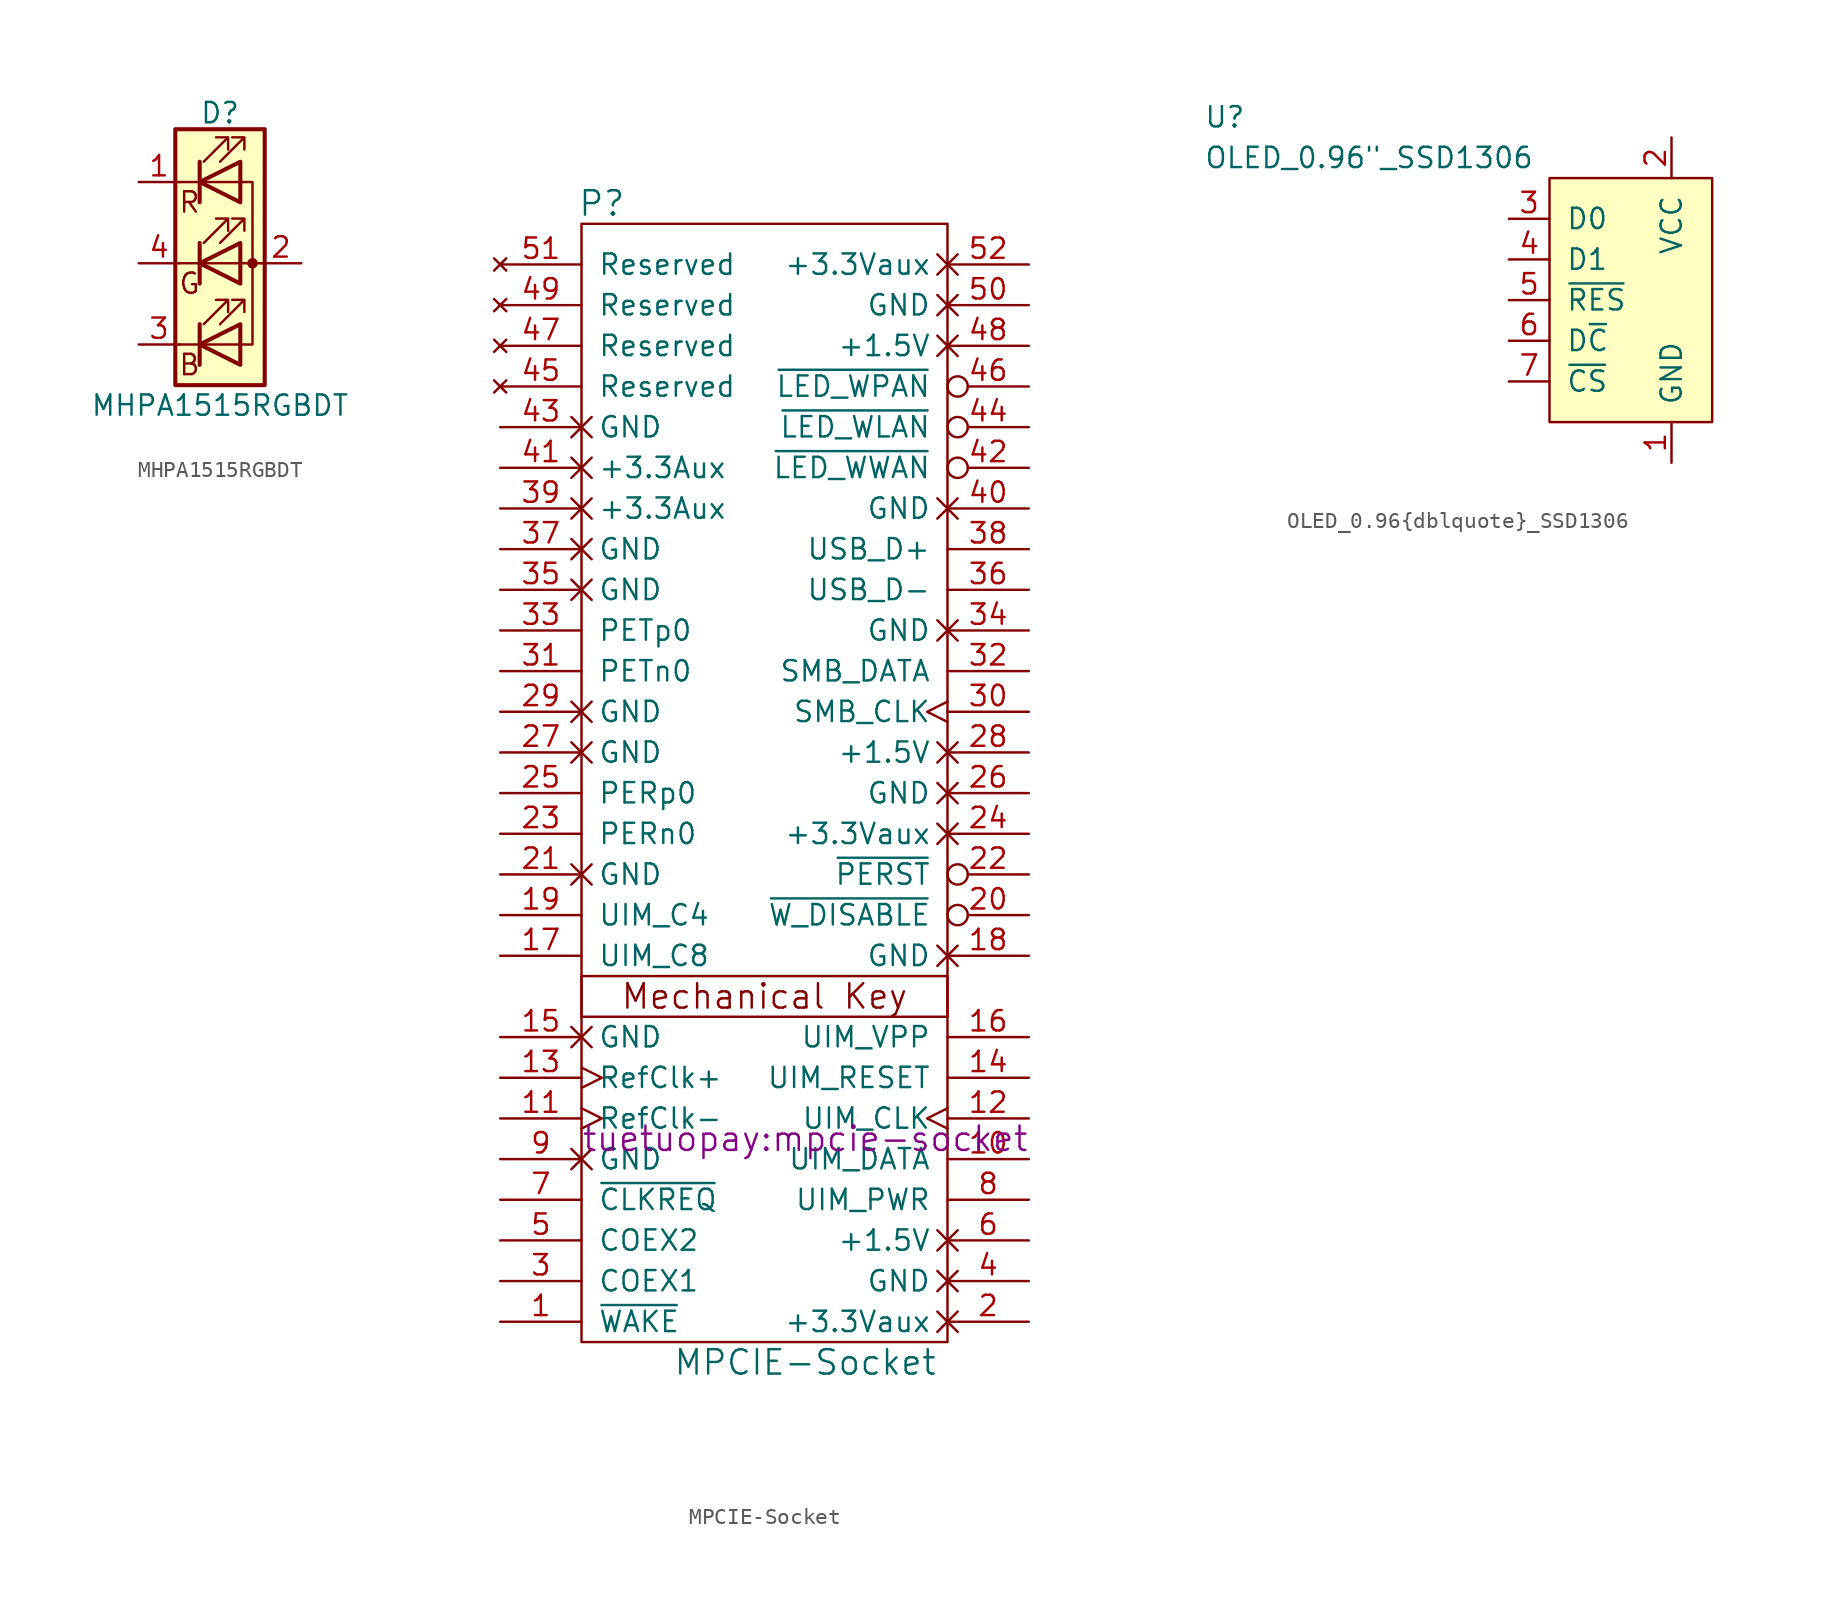
<source format=kicad_sym>
(kicad_symbol_lib
  (version 20211014)
  (generator kicad_symbol_editor)
  (symbol "MHPA1515RGBDT"
    (pin_names
      (offset 0) hide)
    (property "Reference" "D"
      (at 0 9.398 0)
      (effects (font (size 1.27 1.27))))
    (property "Value" "MHPA1515RGBDT"
      (at 0 -8.89 0)
      (effects (font (size 1.27 1.27))))
    (symbol "MHPA1515RGBDT_0_0"
      (text "B" (at -1.905 -6.35 0) (effects (font (size 1.27 1.27))))
      (text "G" (at -1.905 -1.27 0) (effects (font (size 1.27 1.27))))
      (text "R" (at -1.905 3.81 0) (effects (font (size 1.27 1.27)))))
    (symbol "MHPA1515RGBDT_0_1"
      (polyline (pts (xy -1.27 -5.08) (xy -2.54 -5.08)) (stroke (width 0) (type default) (color 0 0 0 0)) (fill (type none)))
      (polyline (pts (xy -1.27 -5.08) (xy 1.27 -5.08)) (stroke (width 0) (type default) (color 0 0 0 0)) (fill (type none)))
      (polyline (pts (xy -1.27 -3.81) (xy -1.27 -6.35)) (stroke (width 0.254) (type default) (color 0 0 0 0)) (fill (type none)))
      (polyline (pts (xy -1.27 0) (xy -2.54 0)) (stroke (width 0) (type default) (color 0 0 0 0)) (fill (type none)))
      (polyline (pts (xy -1.27 1.27) (xy -1.27 -1.27)) (stroke (width 0.254) (type default) (color 0 0 0 0)) (fill (type none)))
      (polyline (pts (xy -1.27 5.08) (xy -2.54 5.08)) (stroke (width 0) (type default) (color 0 0 0 0)) (fill (type none)))
      (polyline (pts (xy -1.27 5.08) (xy 1.27 5.08)) (stroke (width 0) (type default) (color 0 0 0 0)) (fill (type none)))
      (polyline (pts (xy -1.27 6.35) (xy -1.27 3.81)) (stroke (width 0.254) (type default) (color 0 0 0 0)) (fill (type none)))
      (polyline (pts (xy 1.27 0) (xy -1.27 0)) (stroke (width 0) (type default) (color 0 0 0 0)) (fill (type none)))
      (polyline (pts (xy 1.27 0) (xy 2.54 0)) (stroke (width 0) (type default) (color 0 0 0 0)) (fill (type none)))
      (polyline (pts (xy -1.27 1.27) (xy -1.27 -1.27) (xy -1.27 -1.27)) (stroke (width 0) (type default) (color 0 0 0 0)) (fill (type none)))
      (polyline (pts (xy -1.27 6.35) (xy -1.27 3.81) (xy -1.27 3.81)) (stroke (width 0) (type default) (color 0 0 0 0)) (fill (type none)))
      (polyline (pts (xy 1.27 -5.08) (xy 2.032 -5.08) (xy 2.032 5.08) (xy 1.27 5.08)) (stroke (width 0) (type default) (color 0 0 0 0)) (fill (type none)))
      (polyline (pts (xy 1.27 -3.81) (xy 1.27 -6.35) (xy -1.27 -5.08) (xy 1.27 -3.81)) (stroke (width 0.254) (type default) (color 0 0 0 0)) (fill (type none)))
      (polyline (pts (xy 1.27 1.27) (xy 1.27 -1.27) (xy -1.27 0) (xy 1.27 1.27)) (stroke (width 0.254) (type default) (color 0 0 0 0)) (fill (type none)))
      (polyline (pts (xy 1.27 6.35) (xy 1.27 3.81) (xy -1.27 5.08) (xy 1.27 6.35)) (stroke (width 0.254) (type default) (color 0 0 0 0)) (fill (type none)))
      (polyline (pts (xy -1.016 -3.81) (xy 0.508 -2.286) (xy -0.254 -2.286) (xy 0.508 -2.286) (xy 0.508 -3.048)) (stroke (width 0) (type default) (color 0 0 0 0)) (fill (type none)))
      (polyline (pts (xy -1.016 1.27) (xy 0.508 2.794) (xy -0.254 2.794) (xy 0.508 2.794) (xy 0.508 2.032)) (stroke (width 0) (type default) (color 0 0 0 0)) (fill (type none)))
      (polyline (pts (xy -1.016 6.35) (xy 0.508 7.874) (xy -0.254 7.874) (xy 0.508 7.874) (xy 0.508 7.112)) (stroke (width 0) (type default) (color 0 0 0 0)) (fill (type none)))
      (polyline (pts (xy 0 -3.81) (xy 1.524 -2.286) (xy 0.762 -2.286) (xy 1.524 -2.286) (xy 1.524 -3.048)) (stroke (width 0) (type default) (color 0 0 0 0)) (fill (type none)))
      (polyline (pts (xy 0 1.27) (xy 1.524 2.794) (xy 0.762 2.794) (xy 1.524 2.794) (xy 1.524 2.032)) (stroke (width 0) (type default) (color 0 0 0 0)) (fill (type none)))
      (polyline (pts (xy 0 6.35) (xy 1.524 7.874) (xy 0.762 7.874) (xy 1.524 7.874) (xy 1.524 7.112)) (stroke (width 0) (type default) (color 0 0 0 0)) (fill (type none)))
      (rectangle (start 1.27 -1.27) (end 1.27 1.27) (stroke (width 0) (type default) (color 0 0 0 0)) (fill (type none)))
      (rectangle (start 1.27 1.27) (end 1.27 1.27) (stroke (width 0) (type default) (color 0 0 0 0)) (fill (type none)))
      (rectangle (start 1.27 3.81) (end 1.27 6.35) (stroke (width 0) (type default) (color 0 0 0 0)) (fill (type none)))
      (rectangle (start 1.27 6.35) (end 1.27 6.35) (stroke (width 0) (type default) (color 0 0 0 0)) (fill (type none)))
      (circle (center 2.032 0) (radius 0.254) (stroke (width 0) (type default) (color 0 0 0 0)) (fill (type outline)))
      (rectangle (start 2.794 8.382) (end -2.794 -7.62) (stroke (width 0.254) (type default) (color 0 0 0 0)) (fill (type background))))
    (symbol "MHPA1515RGBDT_1_1"
      (pin passive line (at -5.08 5.08 0) (length 2.54) (name "RK" (effects (font (size 1.27 1.27)))) (number "1" (effects (font (size 1.27 1.27)))))
      (pin passive line (at 5.08 0 180) (length 2.54) (name "A" (effects (font (size 1.27 1.27)))) (number "2" (effects (font (size 1.27 1.27)))))
      (pin passive line (at -5.08 -5.08 0) (length 2.54) (name "BK" (effects (font (size 1.27 1.27)))) (number "3" (effects (font (size 1.27 1.27)))))
      (pin passive line (at -5.08 0 0) (length 2.54) (name "GK" (effects (font (size 1.27 1.27)))) (number "4" (effects (font (size 1.27 1.27)))))))
  (symbol "MPCIE-Socket"
    (pin_names
      (offset 1.016))
    (property "Reference" "P"
      (at -10.16 33.02 0)
      (effects (font (size 1.524 1.524))))
    (property "Value" "MPCIE-Socket"
      (at 2.54 -39.37 0)
      (effects (font (size 1.524 1.524))))
    (property "Footprint" "tuetuopay:mpcie-socket"
      (at 2.54 -25.4 0)
      (effects (font (size 1.524 1.524))))
    (property "Datasheet" ""
      (at 2.54 -25.4 0)
      (effects (font (size 1.524 1.524))))
    (symbol "MPCIE-Socket_0_0"
      (text "Mechanical Key" (at 0 -16.51 0) (effects (font (size 1.524 1.524)))))
    (symbol "MPCIE-Socket_0_1"
      (rectangle (start -11.43 -38.1) (end 11.43 31.75) (stroke (width 0) (type default) (color 0 0 0 0)) (fill (type none)))
      (rectangle (start -11.43 -15.24) (end 11.43 -17.78) (stroke (width 0) (type default) (color 0 0 0 0)) (fill (type none))))
    (symbol "MPCIE-Socket_1_1"
      (pin bidirectional line (at -16.51 -36.83 0) (length 5.08) (name "~{WAKE}" (effects (font (size 1.27 1.27)))) (number "1" (effects (font (size 1.27 1.27)))))
      (pin bidirectional line (at 16.51 -26.67 180) (length 5.08) (name "UIM_DATA" (effects (font (size 1.27 1.27)))) (number "10" (effects (font (size 1.27 1.27)))))
      (pin input clock (at -16.51 -24.13 0) (length 5.08) (name "RefClk-" (effects (font (size 1.27 1.27)))) (number "11" (effects (font (size 1.27 1.27)))))
      (pin bidirectional clock (at 16.51 -24.13 180) (length 5.08) (name "UIM_CLK" (effects (font (size 1.27 1.27)))) (number "12" (effects (font (size 1.27 1.27)))))
      (pin input clock (at -16.51 -21.59 0) (length 5.08) (name "RefClk+" (effects (font (size 1.27 1.27)))) (number "13" (effects (font (size 1.27 1.27)))))
      (pin bidirectional line (at 16.51 -21.59 180) (length 5.08) (name "UIM_RESET" (effects (font (size 1.27 1.27)))) (number "14" (effects (font (size 1.27 1.27)))))
      (pin power_in non_logic (at -16.51 -19.05 0) (length 5.08) (name "GND" (effects (font (size 1.27 1.27)))) (number "15" (effects (font (size 1.27 1.27)))))
      (pin bidirectional line (at 16.51 -19.05 180) (length 5.08) (name "UIM_VPP" (effects (font (size 1.27 1.27)))) (number "16" (effects (font (size 1.27 1.27)))))
      (pin bidirectional line (at -16.51 -13.97 0) (length 5.08) (name "UIM_C8" (effects (font (size 1.27 1.27)))) (number "17" (effects (font (size 1.27 1.27)))))
      (pin power_in non_logic (at 16.51 -13.97 180) (length 5.08) (name "GND" (effects (font (size 1.27 1.27)))) (number "18" (effects (font (size 1.27 1.27)))))
      (pin bidirectional line (at -16.51 -11.43 0) (length 5.08) (name "UIM_C4" (effects (font (size 1.27 1.27)))) (number "19" (effects (font (size 1.27 1.27)))))
      (pin power_in non_logic (at 16.51 -36.83 180) (length 5.08) (name "+3.3Vaux" (effects (font (size 1.27 1.27)))) (number "2" (effects (font (size 1.27 1.27)))))
      (pin bidirectional inverted (at 16.51 -11.43 180) (length 5.08) (name "~{W_DISABLE}" (effects (font (size 1.27 1.27)))) (number "20" (effects (font (size 1.27 1.27)))))
      (pin power_in non_logic (at -16.51 -8.89 0) (length 5.08) (name "GND" (effects (font (size 1.27 1.27)))) (number "21" (effects (font (size 1.27 1.27)))))
      (pin bidirectional inverted (at 16.51 -8.89 180) (length 5.08) (name "~{PERST}" (effects (font (size 1.27 1.27)))) (number "22" (effects (font (size 1.27 1.27)))))
      (pin bidirectional line (at -16.51 -6.35 0) (length 5.08) (name "PERn0" (effects (font (size 1.27 1.27)))) (number "23" (effects (font (size 1.27 1.27)))))
      (pin power_in non_logic (at 16.51 -6.35 180) (length 5.08) (name "+3.3Vaux" (effects (font (size 1.27 1.27)))) (number "24" (effects (font (size 1.27 1.27)))))
      (pin bidirectional line (at -16.51 -3.81 0) (length 5.08) (name "PERp0" (effects (font (size 1.27 1.27)))) (number "25" (effects (font (size 1.27 1.27)))))
      (pin power_in non_logic (at 16.51 -3.81 180) (length 5.08) (name "GND" (effects (font (size 1.27 1.27)))) (number "26" (effects (font (size 1.27 1.27)))))
      (pin power_in non_logic (at -16.51 -1.27 0) (length 5.08) (name "GND" (effects (font (size 1.27 1.27)))) (number "27" (effects (font (size 1.27 1.27)))))
      (pin power_in non_logic (at 16.51 -1.27 180) (length 5.08) (name "+1.5V" (effects (font (size 1.27 1.27)))) (number "28" (effects (font (size 1.27 1.27)))))
      (pin power_in non_logic (at -16.51 1.27 0) (length 5.08) (name "GND" (effects (font (size 1.27 1.27)))) (number "29" (effects (font (size 1.27 1.27)))))
      (pin bidirectional line (at -16.51 -34.29 0) (length 5.08) (name "COEX1" (effects (font (size 1.27 1.27)))) (number "3" (effects (font (size 1.27 1.27)))))
      (pin bidirectional clock (at 16.51 1.27 180) (length 5.08) (name "SMB_CLK" (effects (font (size 1.27 1.27)))) (number "30" (effects (font (size 1.27 1.27)))))
      (pin bidirectional line (at -16.51 3.81 0) (length 5.08) (name "PETn0" (effects (font (size 1.27 1.27)))) (number "31" (effects (font (size 1.27 1.27)))))
      (pin bidirectional line (at 16.51 3.81 180) (length 5.08) (name "SMB_DATA" (effects (font (size 1.27 1.27)))) (number "32" (effects (font (size 1.27 1.27)))))
      (pin bidirectional line (at -16.51 6.35 0) (length 5.08) (name "PETp0" (effects (font (size 1.27 1.27)))) (number "33" (effects (font (size 1.27 1.27)))))
      (pin power_in non_logic (at 16.51 6.35 180) (length 5.08) (name "GND" (effects (font (size 1.27 1.27)))) (number "34" (effects (font (size 1.27 1.27)))))
      (pin power_in non_logic (at -16.51 8.89 0) (length 5.08) (name "GND" (effects (font (size 1.27 1.27)))) (number "35" (effects (font (size 1.27 1.27)))))
      (pin bidirectional line (at 16.51 8.89 180) (length 5.08) (name "USB_D-" (effects (font (size 1.27 1.27)))) (number "36" (effects (font (size 1.27 1.27)))))
      (pin power_in non_logic (at -16.51 11.43 0) (length 5.08) (name "GND" (effects (font (size 1.27 1.27)))) (number "37" (effects (font (size 1.27 1.27)))))
      (pin bidirectional line (at 16.51 11.43 180) (length 5.08) (name "USB_D+" (effects (font (size 1.27 1.27)))) (number "38" (effects (font (size 1.27 1.27)))))
      (pin power_in non_logic (at -16.51 13.97 0) (length 5.08) (name "+3.3Aux" (effects (font (size 1.27 1.27)))) (number "39" (effects (font (size 1.27 1.27)))))
      (pin power_in non_logic (at 16.51 -34.29 180) (length 5.08) (name "GND" (effects (font (size 1.27 1.27)))) (number "4" (effects (font (size 1.27 1.27)))))
      (pin power_in non_logic (at 16.51 13.97 180) (length 5.08) (name "GND" (effects (font (size 1.27 1.27)))) (number "40" (effects (font (size 1.27 1.27)))))
      (pin power_in non_logic (at -16.51 16.51 0) (length 5.08) (name "+3.3Aux" (effects (font (size 1.27 1.27)))) (number "41" (effects (font (size 1.27 1.27)))))
      (pin bidirectional inverted (at 16.51 16.51 180) (length 5.08) (name "~{LED_WWAN}" (effects (font (size 1.27 1.27)))) (number "42" (effects (font (size 1.27 1.27)))))
      (pin power_in non_logic (at -16.51 19.05 0) (length 5.08) (name "GND" (effects (font (size 1.27 1.27)))) (number "43" (effects (font (size 1.27 1.27)))))
      (pin bidirectional inverted (at 16.51 19.05 180) (length 5.08) (name "~{LED_WLAN}" (effects (font (size 1.27 1.27)))) (number "44" (effects (font (size 1.27 1.27)))))
      (pin no_connect line (at -16.51 21.59 0) (length 5.08) (name "Reserved" (effects (font (size 1.27 1.27)))) (number "45" (effects (font (size 1.27 1.27)))))
      (pin bidirectional inverted (at 16.51 21.59 180) (length 5.08) (name "~{LED_WPAN}" (effects (font (size 1.27 1.27)))) (number "46" (effects (font (size 1.27 1.27)))))
      (pin no_connect line (at -16.51 24.13 0) (length 5.08) (name "Reserved" (effects (font (size 1.27 1.27)))) (number "47" (effects (font (size 1.27 1.27)))))
      (pin power_in non_logic (at 16.51 24.13 180) (length 5.08) (name "+1.5V" (effects (font (size 1.27 1.27)))) (number "48" (effects (font (size 1.27 1.27)))))
      (pin no_connect line (at -16.51 26.67 0) (length 5.08) (name "Reserved" (effects (font (size 1.27 1.27)))) (number "49" (effects (font (size 1.27 1.27)))))
      (pin bidirectional line (at -16.51 -31.75 0) (length 5.08) (name "COEX2" (effects (font (size 1.27 1.27)))) (number "5" (effects (font (size 1.27 1.27)))))
      (pin power_in non_logic (at 16.51 26.67 180) (length 5.08) (name "GND" (effects (font (size 1.27 1.27)))) (number "50" (effects (font (size 1.27 1.27)))))
      (pin no_connect line (at -16.51 29.21 0) (length 5.08) (name "Reserved" (effects (font (size 1.27 1.27)))) (number "51" (effects (font (size 1.27 1.27)))))
      (pin power_in non_logic (at 16.51 29.21 180) (length 5.08) (name "+3.3Vaux" (effects (font (size 1.27 1.27)))) (number "52" (effects (font (size 1.27 1.27)))))
      (pin power_in non_logic (at 16.51 -31.75 180) (length 5.08) (name "+1.5V" (effects (font (size 1.27 1.27)))) (number "6" (effects (font (size 1.27 1.27)))))
      (pin bidirectional line (at -16.51 -29.21 0) (length 5.08) (name "~{CLKREQ}" (effects (font (size 1.27 1.27)))) (number "7" (effects (font (size 1.27 1.27)))))
      (pin bidirectional line (at 16.51 -29.21 180) (length 5.08) (name "UIM_PWR" (effects (font (size 1.27 1.27)))) (number "8" (effects (font (size 1.27 1.27)))))
      (pin power_in non_logic (at -16.51 -26.67 0) (length 5.08) (name "GND" (effects (font (size 1.27 1.27)))) (number "9" (effects (font (size 1.27 1.27)))))))
  (symbol "OLED_0.96{dblquote}_SSD1306"
    (pin_names
      (offset 1.016))
    (property "Reference" "U"
      (at -21.59 3.81 0)
      (effects (font (size 1.27 1.27)) (justify left)))
    (property "Value" "OLED_0.96{dblquote}_SSD1306"
      (at -21.59 1.27 0)
      (effects (font (size 1.27 1.27)) (justify left)))
    (symbol "OLED_0.96{dblquote}_SSD1306_0_1"
      (rectangle (start 0 0) (end 10.16 -15.24) (stroke (width 0) (type default) (color 0 0 0 0)) (fill (type background))))
    (symbol "OLED_0.96{dblquote}_SSD1306_1_1"
      (pin power_in line (at 7.62 -17.78 90) (length 2.54) (name "GND" (effects (font (size 1.27 1.27)))) (number "1" (effects (font (size 1.27 1.27)))))
      (pin power_in line (at 7.62 2.54 270) (length 2.54) (name "VCC" (effects (font (size 1.27 1.27)))) (number "2" (effects (font (size 1.27 1.27)))))
      (pin input line (at -2.54 -2.54 0) (length 2.54) (name "D0" (effects (font (size 1.27 1.27)))) (number "3" (effects (font (size 1.27 1.27)))))
      (pin input line (at -2.54 -5.08 0) (length 2.54) (name "D1" (effects (font (size 1.27 1.27)))) (number "4" (effects (font (size 1.27 1.27)))))
      (pin input line (at -2.54 -7.62 0) (length 2.54) (name "~{RES}" (effects (font (size 1.27 1.27)))) (number "5" (effects (font (size 1.27 1.27)))))
      (pin input line (at -2.54 -10.16 0) (length 2.54) (name "D~{C}" (effects (font (size 1.27 1.27)))) (number "6" (effects (font (size 1.27 1.27)))))
      (pin input line (at -2.54 -12.7 0) (length 2.54) (name "~{CS}" (effects (font (size 1.27 1.27)))) (number "7" (effects (font (size 1.27 1.27))))))))
</source>
